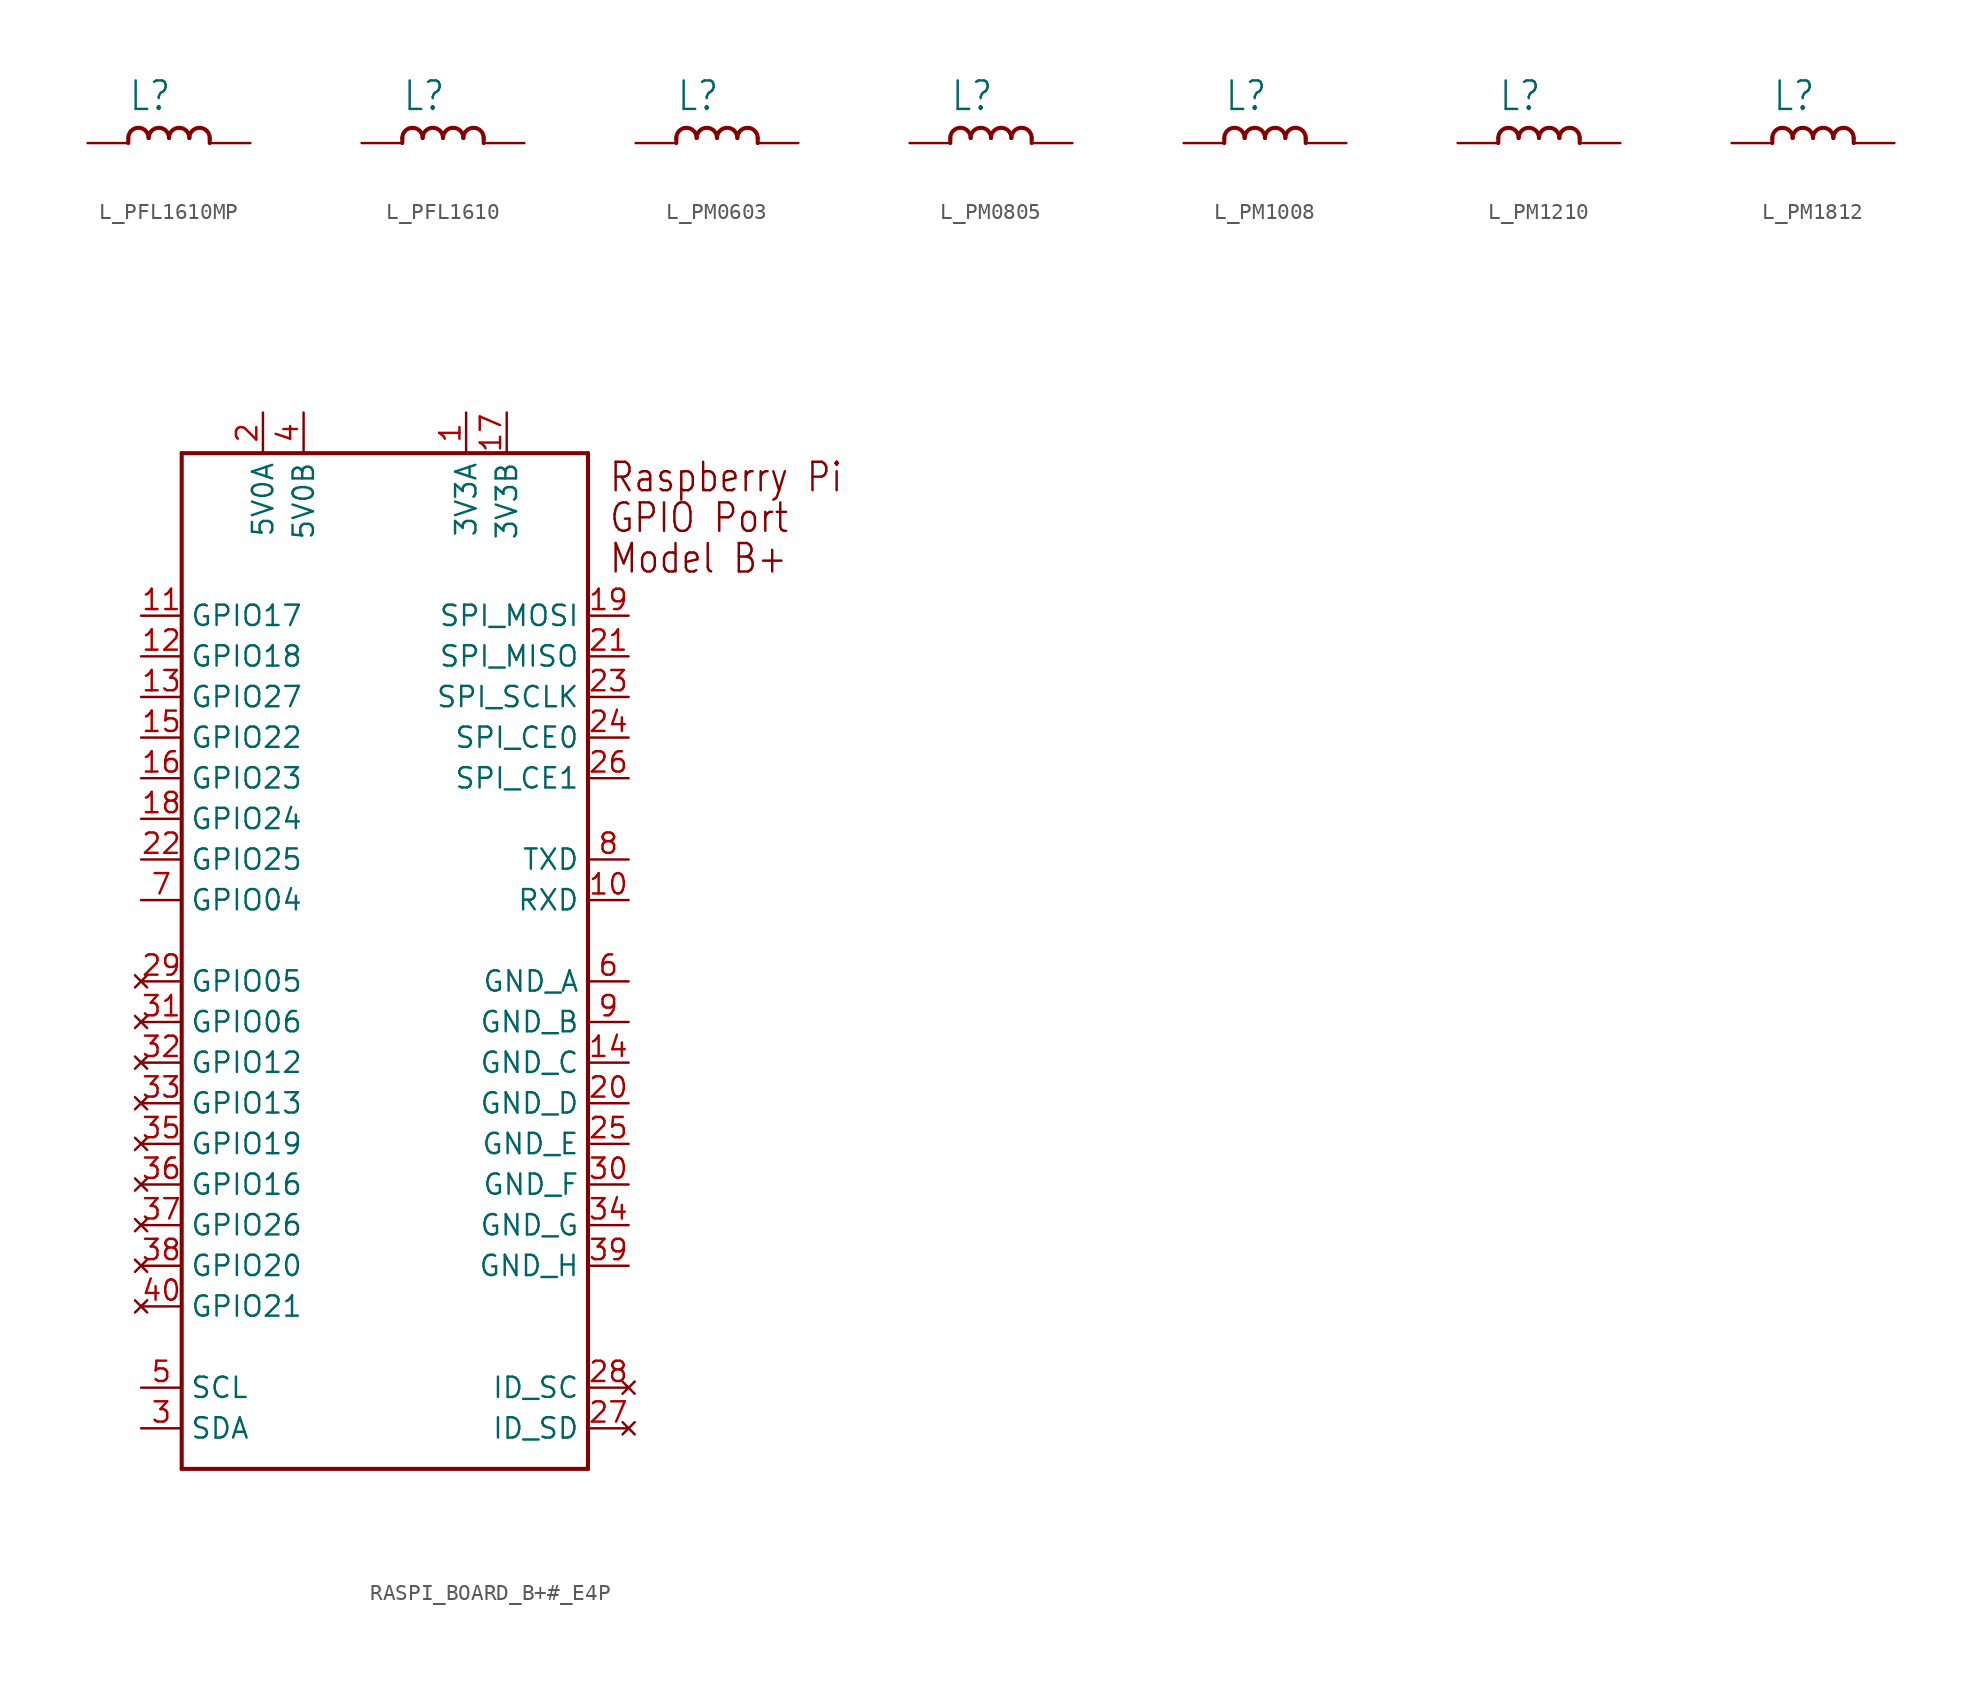
<source format=kicad_sym>
(kicad_symbol_lib
  (version 20231120)
  (generator "kicad_symbol_editor")
  (generator_version "8.0")
  (symbol "L_PFL1610MP"
    (property "Reference" "L"
      (at -2.54 1.905 0)
      (effects (font (size 1.778 1.511)) (justify left bottom)))
    (property "Value" ""
      (at -2.54 -2.54 0)
      (effects (font (size 1.778 1.511)) (justify left bottom)))
    (property "ki_locked" ""
      (at 0 0 0)
      (effects (font (size 1.27 1.27))))
    (symbol "L_PFL1610MP_1_0"
      (arc (start -1.27 0.3173) (mid -1.9049 0.9524) (end -2.54 0.3175) (stroke (width 0.254) (type solid)) (fill (type none)))
      (polyline (pts (xy -2.54 0.318) (xy -2.54 0)) (stroke (width 0.254) (type solid)) (fill (type none)))
      (polyline (pts (xy 2.54 0.318) (xy 2.54 0)) (stroke (width 0.254) (type solid)) (fill (type none)))
      (arc (start 0 0.3173) (mid -0.6349 0.9524) (end -1.27 0.3175) (stroke (width 0.254) (type solid)) (fill (type none)))
      (arc (start 1.27 0.3173) (mid 0.6351 0.9524) (end 0 0.3175) (stroke (width 0.254) (type solid)) (fill (type none)))
      (arc (start 2.54 0.3173) (mid 1.9051 0.9524) (end 1.27 0.3175) (stroke (width 0.254) (type solid)) (fill (type none)))
      (pin passive line (at 5.08 0 180) (length 2.54) (name "1" (effects (font (size 0 0)))) (number "1" (effects (font (size 0 0)))))
      (pin passive line (at -5.08 0 0) (length 2.54) (name "2" (effects (font (size 0 0)))) (number "2" (effects (font (size 0 0)))))))
  (symbol "L_PFL1610"
    (property "Reference" "L"
      (at -2.54 1.905 0)
      (effects (font (size 1.778 1.511)) (justify left bottom)))
    (property "Value" ""
      (at -2.54 -2.54 0)
      (effects (font (size 1.778 1.511)) (justify left bottom)))
    (property "ki_locked" ""
      (at 0 0 0)
      (effects (font (size 1.27 1.27))))
    (symbol "L_PFL1610_1_0"
      (arc (start -1.27 0.3173) (mid -1.9049 0.9524) (end -2.54 0.3175) (stroke (width 0.254) (type solid)) (fill (type none)))
      (polyline (pts (xy -2.54 0.318) (xy -2.54 0)) (stroke (width 0.254) (type solid)) (fill (type none)))
      (polyline (pts (xy 2.54 0.318) (xy 2.54 0)) (stroke (width 0.254) (type solid)) (fill (type none)))
      (arc (start 0 0.3173) (mid -0.6349 0.9524) (end -1.27 0.3175) (stroke (width 0.254) (type solid)) (fill (type none)))
      (arc (start 1.27 0.3173) (mid 0.6351 0.9524) (end 0 0.3175) (stroke (width 0.254) (type solid)) (fill (type none)))
      (arc (start 2.54 0.3173) (mid 1.9051 0.9524) (end 1.27 0.3175) (stroke (width 0.254) (type solid)) (fill (type none)))
      (pin passive line (at 5.08 0 180) (length 2.54) (name "1" (effects (font (size 0 0)))) (number "1" (effects (font (size 0 0)))))
      (pin passive line (at -5.08 0 0) (length 2.54) (name "2" (effects (font (size 0 0)))) (number "2" (effects (font (size 0 0)))))))
  (symbol "L_PM0603"
    (property "Reference" "L"
      (at -2.54 1.905 0)
      (effects (font (size 1.778 1.511)) (justify left bottom)))
    (property "Value" ""
      (at -2.54 -2.54 0)
      (effects (font (size 1.778 1.511)) (justify left bottom)))
    (property "ki_locked" ""
      (at 0 0 0)
      (effects (font (size 1.27 1.27))))
    (symbol "L_PM0603_1_0"
      (arc (start -1.27 0.3173) (mid -1.9049 0.9524) (end -2.54 0.3175) (stroke (width 0.254) (type solid)) (fill (type none)))
      (polyline (pts (xy -2.54 0.318) (xy -2.54 0)) (stroke (width 0.254) (type solid)) (fill (type none)))
      (polyline (pts (xy 2.54 0.318) (xy 2.54 0)) (stroke (width 0.254) (type solid)) (fill (type none)))
      (arc (start 0 0.3173) (mid -0.6349 0.9524) (end -1.27 0.3175) (stroke (width 0.254) (type solid)) (fill (type none)))
      (arc (start 1.27 0.3173) (mid 0.6351 0.9524) (end 0 0.3175) (stroke (width 0.254) (type solid)) (fill (type none)))
      (arc (start 2.54 0.3173) (mid 1.9051 0.9524) (end 1.27 0.3175) (stroke (width 0.254) (type solid)) (fill (type none)))
      (pin passive line (at 5.08 0 180) (length 2.54) (name "1" (effects (font (size 0 0)))) (number "1" (effects (font (size 0 0)))))
      (pin passive line (at -5.08 0 0) (length 2.54) (name "2" (effects (font (size 0 0)))) (number "2" (effects (font (size 0 0)))))))
  (symbol "L_PM0805"
    (property "Reference" "L"
      (at -2.54 1.905 0)
      (effects (font (size 1.778 1.511)) (justify left bottom)))
    (property "Value" ""
      (at -2.54 -2.54 0)
      (effects (font (size 1.778 1.511)) (justify left bottom)))
    (property "ki_locked" ""
      (at 0 0 0)
      (effects (font (size 1.27 1.27))))
    (symbol "L_PM0805_1_0"
      (arc (start -1.27 0.3173) (mid -1.9049 0.9524) (end -2.54 0.3175) (stroke (width 0.254) (type solid)) (fill (type none)))
      (polyline (pts (xy -2.54 0.318) (xy -2.54 0)) (stroke (width 0.254) (type solid)) (fill (type none)))
      (polyline (pts (xy 2.54 0.318) (xy 2.54 0)) (stroke (width 0.254) (type solid)) (fill (type none)))
      (arc (start 0 0.3173) (mid -0.6349 0.9524) (end -1.27 0.3175) (stroke (width 0.254) (type solid)) (fill (type none)))
      (arc (start 1.27 0.3173) (mid 0.6351 0.9524) (end 0 0.3175) (stroke (width 0.254) (type solid)) (fill (type none)))
      (arc (start 2.54 0.3173) (mid 1.9051 0.9524) (end 1.27 0.3175) (stroke (width 0.254) (type solid)) (fill (type none)))
      (pin passive line (at 5.08 0 180) (length 2.54) (name "1" (effects (font (size 0 0)))) (number "1" (effects (font (size 0 0)))))
      (pin passive line (at -5.08 0 0) (length 2.54) (name "2" (effects (font (size 0 0)))) (number "2" (effects (font (size 0 0)))))))
  (symbol "L_PM1008"
    (property "Reference" "L"
      (at -2.54 1.905 0)
      (effects (font (size 1.778 1.511)) (justify left bottom)))
    (property "Value" ""
      (at -2.54 -2.54 0)
      (effects (font (size 1.778 1.511)) (justify left bottom)))
    (property "ki_locked" ""
      (at 0 0 0)
      (effects (font (size 1.27 1.27))))
    (symbol "L_PM1008_1_0"
      (arc (start -1.27 0.3173) (mid -1.9049 0.9524) (end -2.54 0.3175) (stroke (width 0.254) (type solid)) (fill (type none)))
      (polyline (pts (xy -2.54 0.318) (xy -2.54 0)) (stroke (width 0.254) (type solid)) (fill (type none)))
      (polyline (pts (xy 2.54 0.318) (xy 2.54 0)) (stroke (width 0.254) (type solid)) (fill (type none)))
      (arc (start 0 0.3173) (mid -0.6349 0.9524) (end -1.27 0.3175) (stroke (width 0.254) (type solid)) (fill (type none)))
      (arc (start 1.27 0.3173) (mid 0.6351 0.9524) (end 0 0.3175) (stroke (width 0.254) (type solid)) (fill (type none)))
      (arc (start 2.54 0.3173) (mid 1.9051 0.9524) (end 1.27 0.3175) (stroke (width 0.254) (type solid)) (fill (type none)))
      (pin passive line (at 5.08 0 180) (length 2.54) (name "1" (effects (font (size 0 0)))) (number "1" (effects (font (size 0 0)))))
      (pin passive line (at -5.08 0 0) (length 2.54) (name "2" (effects (font (size 0 0)))) (number "2" (effects (font (size 0 0)))))))
  (symbol "L_PM1210"
    (property "Reference" "L"
      (at -2.54 1.905 0)
      (effects (font (size 1.778 1.511)) (justify left bottom)))
    (property "Value" ""
      (at -2.54 -2.54 0)
      (effects (font (size 1.778 1.511)) (justify left bottom)))
    (property "ki_locked" ""
      (at 0 0 0)
      (effects (font (size 1.27 1.27))))
    (symbol "L_PM1210_1_0"
      (arc (start -1.27 0.3173) (mid -1.9049 0.9524) (end -2.54 0.3175) (stroke (width 0.254) (type solid)) (fill (type none)))
      (polyline (pts (xy -2.54 0.318) (xy -2.54 0)) (stroke (width 0.254) (type solid)) (fill (type none)))
      (polyline (pts (xy 2.54 0.318) (xy 2.54 0)) (stroke (width 0.254) (type solid)) (fill (type none)))
      (arc (start 0 0.3173) (mid -0.6349 0.9524) (end -1.27 0.3175) (stroke (width 0.254) (type solid)) (fill (type none)))
      (arc (start 1.27 0.3173) (mid 0.6351 0.9524) (end 0 0.3175) (stroke (width 0.254) (type solid)) (fill (type none)))
      (arc (start 2.54 0.3173) (mid 1.9051 0.9524) (end 1.27 0.3175) (stroke (width 0.254) (type solid)) (fill (type none)))
      (pin passive line (at 5.08 0 180) (length 2.54) (name "1" (effects (font (size 0 0)))) (number "1" (effects (font (size 0 0)))))
      (pin passive line (at -5.08 0 0) (length 2.54) (name "2" (effects (font (size 0 0)))) (number "2" (effects (font (size 0 0)))))))
  (symbol "L_PM1812"
    (property "Reference" "L"
      (at -2.54 1.905 0)
      (effects (font (size 1.778 1.511)) (justify left bottom)))
    (property "Value" ""
      (at -2.54 -2.54 0)
      (effects (font (size 1.778 1.511)) (justify left bottom)))
    (property "ki_locked" ""
      (at 0 0 0)
      (effects (font (size 1.27 1.27))))
    (symbol "L_PM1812_1_0"
      (arc (start -1.27 0.3173) (mid -1.9049 0.9524) (end -2.54 0.3175) (stroke (width 0.254) (type solid)) (fill (type none)))
      (polyline (pts (xy -2.54 0.318) (xy -2.54 0)) (stroke (width 0.254) (type solid)) (fill (type none)))
      (polyline (pts (xy 2.54 0.318) (xy 2.54 0)) (stroke (width 0.254) (type solid)) (fill (type none)))
      (arc (start 0 0.3173) (mid -0.6349 0.9524) (end -1.27 0.3175) (stroke (width 0.254) (type solid)) (fill (type none)))
      (arc (start 1.27 0.3173) (mid 0.6351 0.9524) (end 0 0.3175) (stroke (width 0.254) (type solid)) (fill (type none)))
      (arc (start 2.54 0.3173) (mid 1.9051 0.9524) (end 1.27 0.3175) (stroke (width 0.254) (type solid)) (fill (type none)))
      (pin passive line (at 5.08 0 180) (length 2.54) (name "1" (effects (font (size 0 0)))) (number "1" (effects (font (size 0 0)))))
      (pin passive line (at -5.08 0 0) (length 2.54) (name "2" (effects (font (size 0 0)))) (number "2" (effects (font (size 0 0)))))))
  (symbol "RASPI_BOARD_B+#_E4P"
    (property "Reference" "X"
      (at 0 0 0)
      (effects (font (size 1.27 1.27)) (hide yes)))
    (property "ki_locked" ""
      (at 0 0 0)
      (effects (font (size 1.27 1.27))))
    (symbol "RASPI_BOARD_B+#_E4P_1_0"
      (polyline (pts (xy -12.7 -38.1) (xy -12.7 25.4)) (stroke (width 0.254) (type solid)) (fill (type none)))
      (polyline (pts (xy -12.7 25.4) (xy 12.7 25.4)) (stroke (width 0.254) (type solid)) (fill (type none)))
      (polyline (pts (xy 12.7 -38.1) (xy -12.7 -38.1)) (stroke (width 0.254) (type solid)) (fill (type none)))
      (polyline (pts (xy 12.7 25.4) (xy 12.7 -38.1)) (stroke (width 0.254) (type solid)) (fill (type none)))
      (text "GPIO Port" (at 13.97 20.32 0) (effects (font (size 1.778 1.511)) (justify left bottom)))
      (text "Model B+" (at 13.97 17.78 0) (effects (font (size 1.778 1.511)) (justify left bottom)))
      (text "Raspberry Pi" (at 13.97 22.86 0) (effects (font (size 1.778 1.511)) (justify left bottom)))
      (pin power_in line (at 5.08 27.94 270) (length 2.54) (name "3V3A" (effects (font (size 1.27 1.27)))) (number "1" (effects (font (size 1.27 1.27)))))
      (pin bidirectional line (at 15.24 -2.54 180) (length 2.54) (name "RXD" (effects (font (size 1.27 1.27)))) (number "10" (effects (font (size 1.27 1.27)))))
      (pin bidirectional line (at -15.24 15.24 0) (length 2.54) (name "GPIO17" (effects (font (size 1.27 1.27)))) (number "11" (effects (font (size 1.27 1.27)))))
      (pin bidirectional line (at -15.24 12.7 0) (length 2.54) (name "GPIO18" (effects (font (size 1.27 1.27)))) (number "12" (effects (font (size 1.27 1.27)))))
      (pin bidirectional line (at -15.24 10.16 0) (length 2.54) (name "GPIO27" (effects (font (size 1.27 1.27)))) (number "13" (effects (font (size 1.27 1.27)))))
      (pin power_in line (at 15.24 -12.7 180) (length 2.54) (name "GND_C" (effects (font (size 1.27 1.27)))) (number "14" (effects (font (size 1.27 1.27)))))
      (pin bidirectional line (at -15.24 7.62 0) (length 2.54) (name "GPIO22" (effects (font (size 1.27 1.27)))) (number "15" (effects (font (size 1.27 1.27)))))
      (pin bidirectional line (at -15.24 5.08 0) (length 2.54) (name "GPIO23" (effects (font (size 1.27 1.27)))) (number "16" (effects (font (size 1.27 1.27)))))
      (pin power_in line (at 7.62 27.94 270) (length 2.54) (name "3V3B" (effects (font (size 1.27 1.27)))) (number "17" (effects (font (size 1.27 1.27)))))
      (pin bidirectional line (at -15.24 2.54 0) (length 2.54) (name "GPIO24" (effects (font (size 1.27 1.27)))) (number "18" (effects (font (size 1.27 1.27)))))
      (pin bidirectional line (at 15.24 15.24 180) (length 2.54) (name "SPI_MOSI" (effects (font (size 1.27 1.27)))) (number "19" (effects (font (size 1.27 1.27)))))
      (pin power_in line (at -7.62 27.94 270) (length 2.54) (name "5V0A" (effects (font (size 1.27 1.27)))) (number "2" (effects (font (size 1.27 1.27)))))
      (pin power_in line (at 15.24 -15.24 180) (length 2.54) (name "GND_D" (effects (font (size 1.27 1.27)))) (number "20" (effects (font (size 1.27 1.27)))))
      (pin bidirectional line (at 15.24 12.7 180) (length 2.54) (name "SPI_MISO" (effects (font (size 1.27 1.27)))) (number "21" (effects (font (size 1.27 1.27)))))
      (pin bidirectional line (at -15.24 0 0) (length 2.54) (name "GPIO25" (effects (font (size 1.27 1.27)))) (number "22" (effects (font (size 1.27 1.27)))))
      (pin bidirectional line (at 15.24 10.16 180) (length 2.54) (name "SPI_SCLK" (effects (font (size 1.27 1.27)))) (number "23" (effects (font (size 1.27 1.27)))))
      (pin bidirectional line (at 15.24 7.62 180) (length 2.54) (name "SPI_CE0" (effects (font (size 1.27 1.27)))) (number "24" (effects (font (size 1.27 1.27)))))
      (pin power_in line (at 15.24 -17.78 180) (length 2.54) (name "GND_E" (effects (font (size 1.27 1.27)))) (number "25" (effects (font (size 1.27 1.27)))))
      (pin bidirectional line (at 15.24 5.08 180) (length 2.54) (name "SPI_CE1" (effects (font (size 1.27 1.27)))) (number "26" (effects (font (size 1.27 1.27)))))
      (pin no_connect line (at 15.24 -35.56 180) (length 2.54) (name "ID_SD" (effects (font (size 1.27 1.27)))) (number "27" (effects (font (size 1.27 1.27)))))
      (pin no_connect line (at 15.24 -33.02 180) (length 2.54) (name "ID_SC" (effects (font (size 1.27 1.27)))) (number "28" (effects (font (size 1.27 1.27)))))
      (pin no_connect line (at -15.24 -7.62 0) (length 2.54) (name "GPIO05" (effects (font (size 1.27 1.27)))) (number "29" (effects (font (size 1.27 1.27)))))
      (pin bidirectional line (at -15.24 -35.56 0) (length 2.54) (name "SDA" (effects (font (size 1.27 1.27)))) (number "3" (effects (font (size 1.27 1.27)))))
      (pin power_in line (at 15.24 -20.32 180) (length 2.54) (name "GND_F" (effects (font (size 1.27 1.27)))) (number "30" (effects (font (size 1.27 1.27)))))
      (pin no_connect line (at -15.24 -10.16 0) (length 2.54) (name "GPIO06" (effects (font (size 1.27 1.27)))) (number "31" (effects (font (size 1.27 1.27)))))
      (pin no_connect line (at -15.24 -12.7 0) (length 2.54) (name "GPIO12" (effects (font (size 1.27 1.27)))) (number "32" (effects (font (size 1.27 1.27)))))
      (pin no_connect line (at -15.24 -15.24 0) (length 2.54) (name "GPIO13" (effects (font (size 1.27 1.27)))) (number "33" (effects (font (size 1.27 1.27)))))
      (pin power_in line (at 15.24 -22.86 180) (length 2.54) (name "GND_G" (effects (font (size 1.27 1.27)))) (number "34" (effects (font (size 1.27 1.27)))))
      (pin no_connect line (at -15.24 -17.78 0) (length 2.54) (name "GPIO19" (effects (font (size 1.27 1.27)))) (number "35" (effects (font (size 1.27 1.27)))))
      (pin no_connect line (at -15.24 -20.32 0) (length 2.54) (name "GPIO16" (effects (font (size 1.27 1.27)))) (number "36" (effects (font (size 1.27 1.27)))))
      (pin no_connect line (at -15.24 -22.86 0) (length 2.54) (name "GPIO26" (effects (font (size 1.27 1.27)))) (number "37" (effects (font (size 1.27 1.27)))))
      (pin no_connect line (at -15.24 -25.4 0) (length 2.54) (name "GPIO20" (effects (font (size 1.27 1.27)))) (number "38" (effects (font (size 1.27 1.27)))))
      (pin power_in line (at 15.24 -25.4 180) (length 2.54) (name "GND_H" (effects (font (size 1.27 1.27)))) (number "39" (effects (font (size 1.27 1.27)))))
      (pin power_in line (at -5.08 27.94 270) (length 2.54) (name "5V0B" (effects (font (size 1.27 1.27)))) (number "4" (effects (font (size 1.27 1.27)))))
      (pin no_connect line (at -15.24 -27.94 0) (length 2.54) (name "GPIO21" (effects (font (size 1.27 1.27)))) (number "40" (effects (font (size 1.27 1.27)))))
      (pin bidirectional line (at -15.24 -33.02 0) (length 2.54) (name "SCL" (effects (font (size 1.27 1.27)))) (number "5" (effects (font (size 1.27 1.27)))))
      (pin power_in line (at 15.24 -7.62 180) (length 2.54) (name "GND_A" (effects (font (size 1.27 1.27)))) (number "6" (effects (font (size 1.27 1.27)))))
      (pin bidirectional line (at -15.24 -2.54 0) (length 2.54) (name "GPIO04" (effects (font (size 1.27 1.27)))) (number "7" (effects (font (size 1.27 1.27)))))
      (pin bidirectional line (at 15.24 0 180) (length 2.54) (name "TXD" (effects (font (size 1.27 1.27)))) (number "8" (effects (font (size 1.27 1.27)))))
      (pin power_in line (at 15.24 -10.16 180) (length 2.54) (name "GND_B" (effects (font (size 1.27 1.27)))) (number "9" (effects (font (size 1.27 1.27))))))))
</source>
